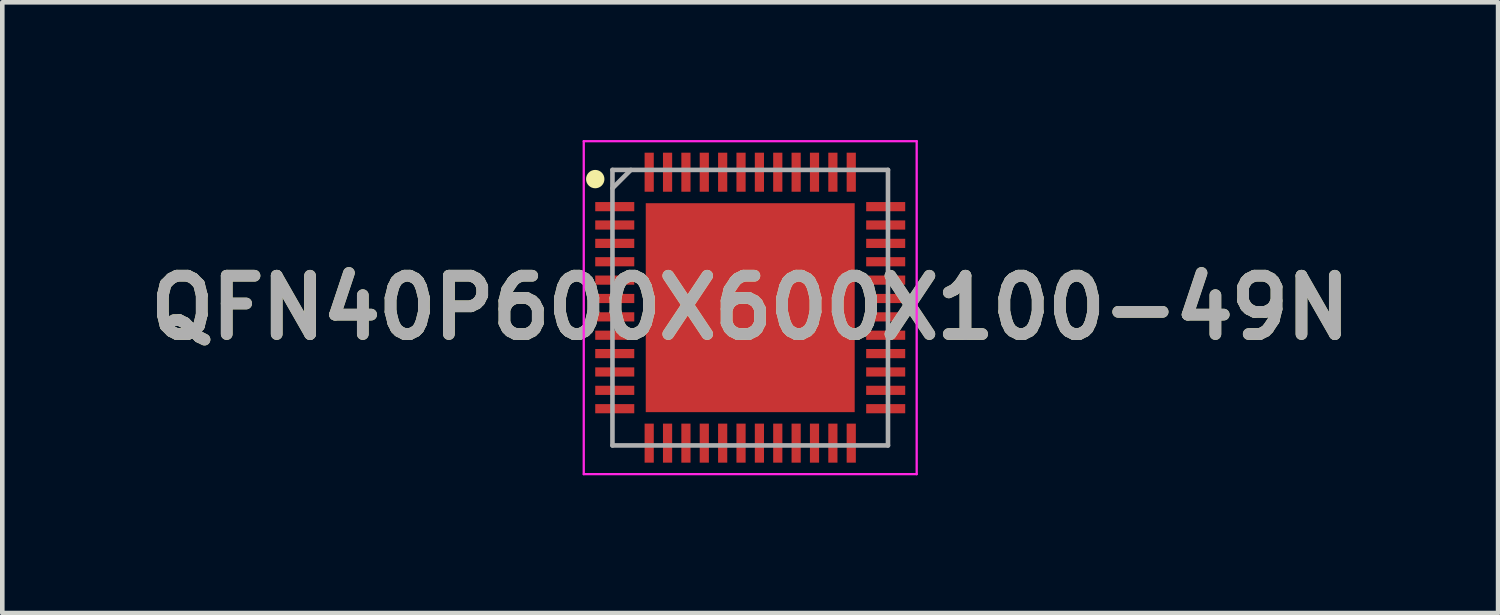
<source format=kicad_pcb>
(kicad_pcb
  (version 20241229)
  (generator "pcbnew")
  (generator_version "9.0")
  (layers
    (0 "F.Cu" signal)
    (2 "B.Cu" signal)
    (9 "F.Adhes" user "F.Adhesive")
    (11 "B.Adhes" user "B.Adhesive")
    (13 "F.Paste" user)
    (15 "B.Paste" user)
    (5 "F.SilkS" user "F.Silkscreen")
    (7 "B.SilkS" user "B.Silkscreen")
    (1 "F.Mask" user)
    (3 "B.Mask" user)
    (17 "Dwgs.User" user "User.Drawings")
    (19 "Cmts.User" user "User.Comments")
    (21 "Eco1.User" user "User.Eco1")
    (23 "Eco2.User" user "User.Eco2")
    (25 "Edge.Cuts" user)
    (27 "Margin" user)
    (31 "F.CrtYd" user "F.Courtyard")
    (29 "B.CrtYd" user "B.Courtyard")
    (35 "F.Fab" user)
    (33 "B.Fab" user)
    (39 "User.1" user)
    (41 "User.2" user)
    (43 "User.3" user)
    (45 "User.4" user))
  (footprint "QFN40P600X600X100-49N"
    (layer "F.Cu")
    (at 13.287 3.65)
    (property "Reference" "QFN40P600X600X100-49N" (at 0 0 0) (layer "F.SilkS") (effects (font (size 1.27 1.27) (thickness 0.254))))
    (attr smd)
    (fp_circle (center -3.375 -2.8) (end -3.375 -2.7) (stroke (width 0.2) (type solid)) (fill no) (layer "F.SilkS"))
    (fp_line (start -3.625 -3.625) (end 3.625 -3.625) (stroke (width 0.05) (type solid)) (layer "F.CrtYd"))
    (fp_line (start -3.625 3.625) (end -3.625 -3.625) (stroke (width 0.05) (type solid)) (layer "F.CrtYd"))
    (fp_line (start 3.625 -3.625) (end 3.625 3.625) (stroke (width 0.05) (type solid)) (layer "F.CrtYd"))
    (fp_line (start 3.625 3.625) (end -3.625 3.625) (stroke (width 0.05) (type solid)) (layer "F.CrtYd"))
    (fp_line (start -3 -3) (end 3 -3) (stroke (width 0.1) (type solid)) (layer "F.Fab"))
    (fp_line (start -3 -2.6) (end -2.6 -3) (stroke (width 0.1) (type solid)) (layer "F.Fab"))
    (fp_line (start -3 3) (end -3 -3) (stroke (width 0.1) (type solid)) (layer "F.Fab"))
    (fp_line (start 3 -3) (end 3 3) (stroke (width 0.1) (type solid)) (layer "F.Fab"))
    (fp_line (start 3 3) (end -3 3) (stroke (width 0.1) (type solid)) (layer "F.Fab"))
    (fp_text user "${REFERENCE}" (at 0 0 0) (layer "F.Fab") (effects (font (size 1.27 1.27) (thickness 0.254))))
    (pad "1" smd rect (at -2.95 -2.2 90) (size 0.2 0.85) (layers "F.Cu" "F.Mask" "F.Paste"))
    (pad "2" smd rect (at -2.95 -1.8 90) (size 0.2 0.85) (layers "F.Cu" "F.Mask" "F.Paste"))
    (pad "3" smd rect (at -2.95 -1.4 90) (size 0.2 0.85) (layers "F.Cu" "F.Mask" "F.Paste"))
    (pad "4" smd rect (at -2.95 -1 90) (size 0.2 0.85) (layers "F.Cu" "F.Mask" "F.Paste"))
    (pad "5" smd rect (at -2.95 -0.6 90) (size 0.2 0.85) (layers "F.Cu" "F.Mask" "F.Paste"))
    (pad "6" smd rect (at -2.95 -0.2 90) (size 0.2 0.85) (layers "F.Cu" "F.Mask" "F.Paste"))
    (pad "7" smd rect (at -2.95 0.2 90) (size 0.2 0.85) (layers "F.Cu" "F.Mask" "F.Paste"))
    (pad "8" smd rect (at -2.95 0.6 90) (size 0.2 0.85) (layers "F.Cu" "F.Mask" "F.Paste"))
    (pad "9" smd rect (at -2.95 1 90) (size 0.2 0.85) (layers "F.Cu" "F.Mask" "F.Paste"))
    (pad "10" smd rect (at -2.95 1.4 90) (size 0.2 0.85) (layers "F.Cu" "F.Mask" "F.Paste"))
    (pad "11" smd rect (at -2.95 1.8 90) (size 0.2 0.85) (layers "F.Cu" "F.Mask" "F.Paste"))
    (pad "12" smd rect (at -2.95 2.2 90) (size 0.2 0.85) (layers "F.Cu" "F.Mask" "F.Paste"))
    (pad "13" smd rect (at -2.2 2.95) (size 0.2 0.85) (layers "F.Cu" "F.Mask" "F.Paste"))
    (pad "14" smd rect (at -1.8 2.95) (size 0.2 0.85) (layers "F.Cu" "F.Mask" "F.Paste"))
    (pad "15" smd rect (at -1.4 2.95) (size 0.2 0.85) (layers "F.Cu" "F.Mask" "F.Paste"))
    (pad "16" smd rect (at -1 2.95) (size 0.2 0.85) (layers "F.Cu" "F.Mask" "F.Paste"))
    (pad "17" smd rect (at -0.6 2.95) (size 0.2 0.85) (layers "F.Cu" "F.Mask" "F.Paste"))
    (pad "18" smd rect (at -0.2 2.95) (size 0.2 0.85) (layers "F.Cu" "F.Mask" "F.Paste"))
    (pad "19" smd rect (at 0.2 2.95) (size 0.2 0.85) (layers "F.Cu" "F.Mask" "F.Paste"))
    (pad "20" smd rect (at 0.6 2.95) (size 0.2 0.85) (layers "F.Cu" "F.Mask" "F.Paste"))
    (pad "21" smd rect (at 1 2.95) (size 0.2 0.85) (layers "F.Cu" "F.Mask" "F.Paste"))
    (pad "22" smd rect (at 1.4 2.95) (size 0.2 0.85) (layers "F.Cu" "F.Mask" "F.Paste"))
    (pad "23" smd rect (at 1.8 2.95) (size 0.2 0.85) (layers "F.Cu" "F.Mask" "F.Paste"))
    (pad "24" smd rect (at 2.2 2.95) (size 0.2 0.85) (layers "F.Cu" "F.Mask" "F.Paste"))
    (pad "25" smd rect (at 2.95 2.2 90) (size 0.2 0.85) (layers "F.Cu" "F.Mask" "F.Paste"))
    (pad "26" smd rect (at 2.95 1.8 90) (size 0.2 0.85) (layers "F.Cu" "F.Mask" "F.Paste"))
    (pad "27" smd rect (at 2.95 1.4 90) (size 0.2 0.85) (layers "F.Cu" "F.Mask" "F.Paste"))
    (pad "28" smd rect (at 2.95 1 90) (size 0.2 0.85) (layers "F.Cu" "F.Mask" "F.Paste"))
    (pad "29" smd rect (at 2.95 0.6 90) (size 0.2 0.85) (layers "F.Cu" "F.Mask" "F.Paste"))
    (pad "30" smd rect (at 2.95 0.2 90) (size 0.2 0.85) (layers "F.Cu" "F.Mask" "F.Paste"))
    (pad "31" smd rect (at 2.95 -0.2 90) (size 0.2 0.85) (layers "F.Cu" "F.Mask" "F.Paste"))
    (pad "32" smd rect (at 2.95 -0.6 90) (size 0.2 0.85) (layers "F.Cu" "F.Mask" "F.Paste"))
    (pad "33" smd rect (at 2.95 -1 90) (size 0.2 0.85) (layers "F.Cu" "F.Mask" "F.Paste"))
    (pad "34" smd rect (at 2.95 -1.4 90) (size 0.2 0.85) (layers "F.Cu" "F.Mask" "F.Paste"))
    (pad "35" smd rect (at 2.95 -1.8 90) (size 0.2 0.85) (layers "F.Cu" "F.Mask" "F.Paste"))
    (pad "36" smd rect (at 2.95 -2.2 90) (size 0.2 0.85) (layers "F.Cu" "F.Mask" "F.Paste"))
    (pad "37" smd rect (at 2.2 -2.95) (size 0.2 0.85) (layers "F.Cu" "F.Mask" "F.Paste"))
    (pad "38" smd rect (at 1.8 -2.95) (size 0.2 0.85) (layers "F.Cu" "F.Mask" "F.Paste"))
    (pad "39" smd rect (at 1.4 -2.95) (size 0.2 0.85) (layers "F.Cu" "F.Mask" "F.Paste"))
    (pad "40" smd rect (at 1 -2.95) (size 0.2 0.85) (layers "F.Cu" "F.Mask" "F.Paste"))
    (pad "41" smd rect (at 0.6 -2.95) (size 0.2 0.85) (layers "F.Cu" "F.Mask" "F.Paste"))
    (pad "42" smd rect (at 0.2 -2.95) (size 0.2 0.85) (layers "F.Cu" "F.Mask" "F.Paste"))
    (pad "43" smd rect (at -0.2 -2.95) (size 0.2 0.85) (layers "F.Cu" "F.Mask" "F.Paste"))
    (pad "44" smd rect (at -0.6 -2.95) (size 0.2 0.85) (layers "F.Cu" "F.Mask" "F.Paste"))
    (pad "45" smd rect (at -1 -2.95) (size 0.2 0.85) (layers "F.Cu" "F.Mask" "F.Paste"))
    (pad "46" smd rect (at -1.4 -2.95) (size 0.2 0.85) (layers "F.Cu" "F.Mask" "F.Paste"))
    (pad "47" smd rect (at -1.8 -2.95) (size 0.2 0.85) (layers "F.Cu" "F.Mask" "F.Paste"))
    (pad "48" smd rect (at -2.2 -2.95) (size 0.2 0.85) (layers "F.Cu" "F.Mask" "F.Paste"))
    (pad "49" smd rect (at 0 0) (size 4.55 4.55) (layers "F.Cu" "F.Mask" "F.Paste")))
  (gr_rect
    (start -3 -3)
    (end 29.573 10.3)
    (stroke (width 0.1) (type default))
    (fill no)
    (layer "Edge.Cuts")))
</source>
